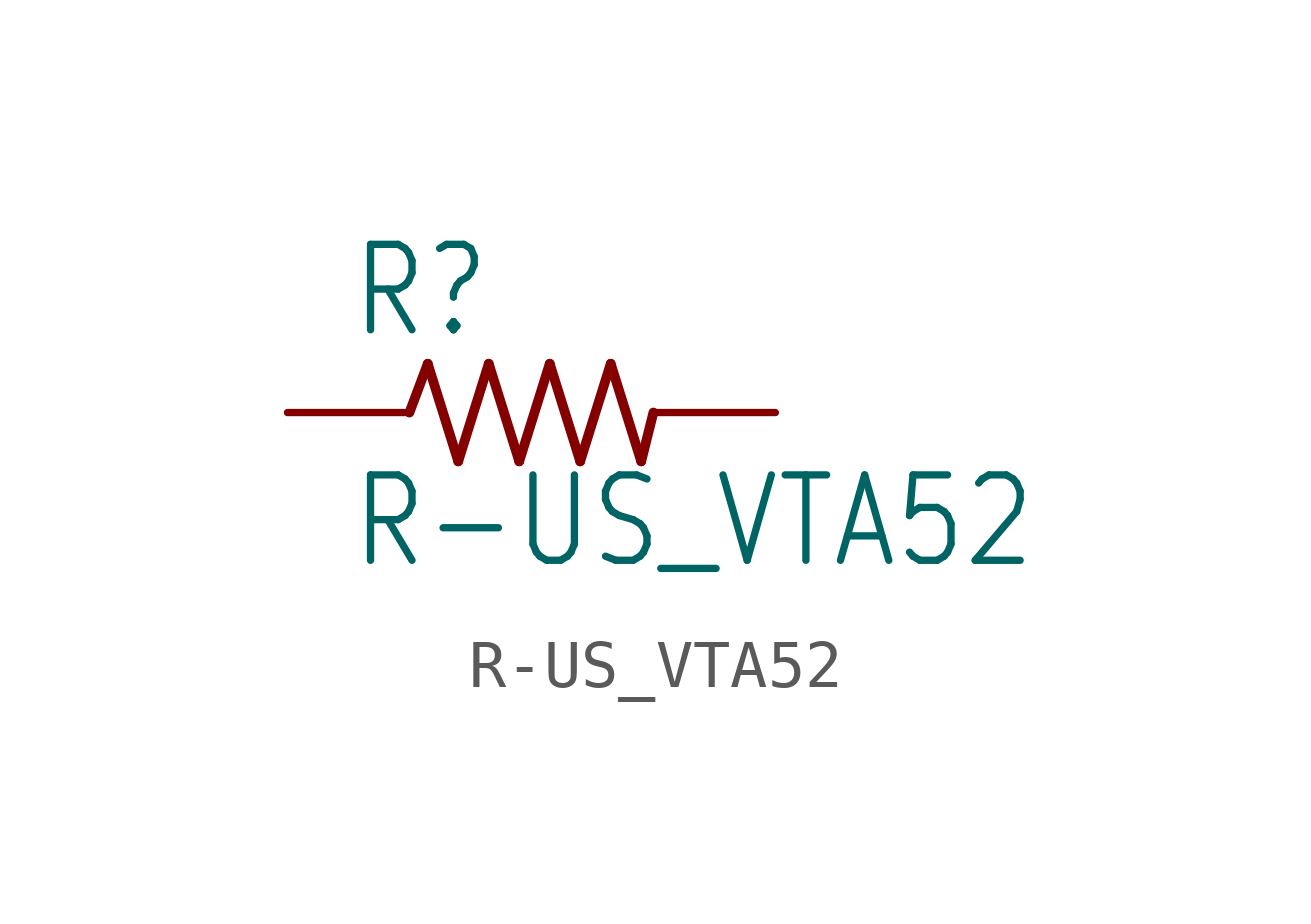
<source format=kicad_sym>
(kicad_symbol_lib
  (version 20220331)
  (generator kicad_symbol_editor)
  (symbol "R-US_VTA52"
    (property "Reference" "R"
      (at -3.81 1.499 0)
      (effects (font (size 1.778 1.511)) (justify left bottom)))
    (property "Value" "R-US_VTA52"
      (at -3.81 -3.302 0)
      (effects (font (size 1.778 1.511)) (justify left bottom)))
    (property "ki_locked" ""
      (at 0 0 0)
      (effects (font (size 1.27 1.27))))
    (symbol "R-US_VTA52_1_0"
      (polyline (pts (xy -2.54 0) (xy -2.159 1.016)) (stroke (width 0.203) (type solid)) (fill (type none)))
      (polyline (pts (xy -2.159 1.016) (xy -1.524 -1.016)) (stroke (width 0.203) (type solid)) (fill (type none)))
      (polyline (pts (xy -1.524 -1.016) (xy -0.889 1.016)) (stroke (width 0.203) (type solid)) (fill (type none)))
      (polyline (pts (xy -0.889 1.016) (xy -0.254 -1.016)) (stroke (width 0.203) (type solid)) (fill (type none)))
      (polyline (pts (xy -0.254 -1.016) (xy 0.381 1.016)) (stroke (width 0.203) (type solid)) (fill (type none)))
      (polyline (pts (xy 0.381 1.016) (xy 1.016 -1.016)) (stroke (width 0.203) (type solid)) (fill (type none)))
      (polyline (pts (xy 1.016 -1.016) (xy 1.651 1.016)) (stroke (width 0.203) (type solid)) (fill (type none)))
      (polyline (pts (xy 1.651 1.016) (xy 2.286 -1.016)) (stroke (width 0.203) (type solid)) (fill (type none)))
      (polyline (pts (xy 2.286 -1.016) (xy 2.54 0)) (stroke (width 0.203) (type solid)) (fill (type none)))
      (pin passive line (at -5.08 0 0) (length 2.54) (name "1" (effects (font (size 0 0)))) (number "1" (effects (font (size 0 0)))))
      (pin passive line (at 5.08 0 180) (length 2.54) (name "2" (effects (font (size 0 0)))) (number "2" (effects (font (size 0 0))))))))
</source>
